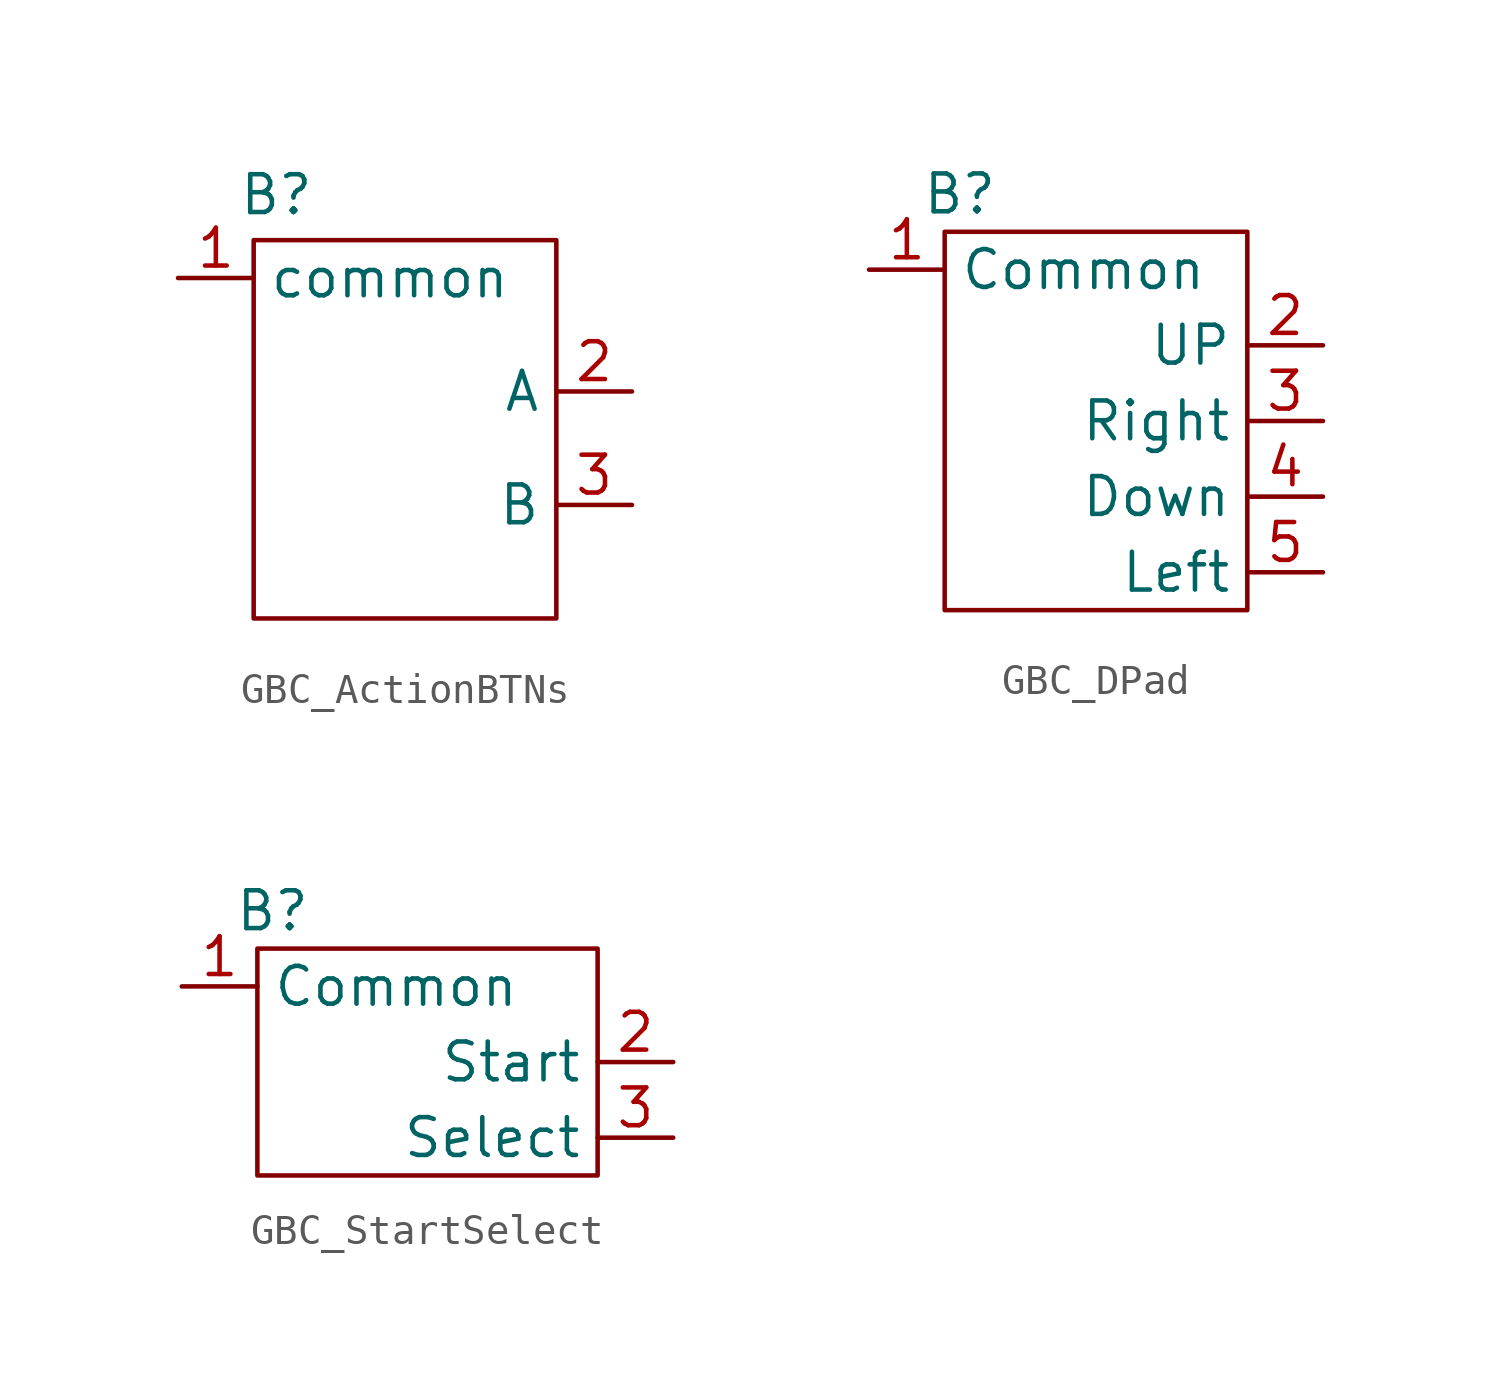
<source format=kicad_sym>
(kicad_symbol_lib
  (version 20240529)
  (generator "kicad_symbol_editor")
  (generator_version "8.99")
  (symbol "GBC_ActionBTNs"
    (property "Reference" "B"
      (at -3.048 7.874 0)
      (effects (font (size 1.27 1.27))))
    (property "Value" ""
      (at 0 0 0)
      (effects (font (size 1.27 1.27))))
    (symbol "GBC_ActionBTNs_0_1"
      (rectangle (start -3.81 6.35) (end 6.35 -6.35) (stroke (width 0) (type default)) (fill (type none))))
    (symbol "GBC_ActionBTNs_1_1"
      (pin passive line (at -6.35 5.08 0) (length 2.54) (name "common" (effects (font (size 1.27 1.27)))) (number "1" (effects (font (size 1.27 1.27)))))
      (pin passive line (at 8.89 1.27 180) (length 2.54) (name "A" (effects (font (size 1.27 1.27)))) (number "2" (effects (font (size 1.27 1.27)))))
      (pin passive line (at 8.89 -2.54 180) (length 2.54) (name "B" (effects (font (size 1.27 1.27)))) (number "3" (effects (font (size 1.27 1.27)))))))
  (symbol "GBC_DPad"
    (property "Reference" "B"
      (at -3.302 7.62 0)
      (effects (font (size 1.27 1.27))))
    (property "Value" ""
      (at 0 0 0)
      (effects (font (size 1.27 1.27))))
    (symbol "GBC_DPad_0_1"
      (rectangle (start -3.81 6.35) (end 6.35 -6.35) (stroke (width 0) (type default)) (fill (type none))))
    (symbol "GBC_DPad_1_1"
      (pin passive line (at -6.35 5.08 0) (length 2.54) (name "Common" (effects (font (size 1.27 1.27)))) (number "1" (effects (font (size 1.27 1.27)))))
      (pin passive line (at 8.89 2.54 180) (length 2.54) (name "UP" (effects (font (size 1.27 1.27)))) (number "2" (effects (font (size 1.27 1.27)))))
      (pin passive line (at 8.89 0 180) (length 2.54) (name "Right" (effects (font (size 1.27 1.27)))) (number "3" (effects (font (size 1.27 1.27)))))
      (pin passive line (at 8.89 -2.54 180) (length 2.54) (name "Down" (effects (font (size 1.27 1.27)))) (number "4" (effects (font (size 1.27 1.27)))))
      (pin passive line (at 8.89 -5.08 180) (length 2.54) (name "Left" (effects (font (size 1.27 1.27)))) (number "5" (effects (font (size 1.27 1.27)))))))
  (symbol "GBC_StartSelect"
    (property "Reference" "B"
      (at -3.302 5.08 0)
      (effects (font (size 1.27 1.27))))
    (property "Value" ""
      (at 0 0 0)
      (effects (font (size 1.27 1.27))))
    (symbol "GBC_StartSelect_0_1"
      (rectangle (start -3.81 3.81) (end 7.62 -3.81) (stroke (width 0) (type default)) (fill (type none))))
    (symbol "GBC_StartSelect_1_1"
      (pin passive line (at -6.35 2.54 0) (length 2.54) (name "Common" (effects (font (size 1.27 1.27)))) (number "1" (effects (font (size 1.27 1.27)))))
      (pin passive line (at 10.16 0 180) (length 2.54) (name "Start" (effects (font (size 1.27 1.27)))) (number "2" (effects (font (size 1.27 1.27)))))
      (pin passive line (at 10.16 -2.54 180) (length 2.54) (name "Select" (effects (font (size 1.27 1.27)))) (number "3" (effects (font (size 1.27 1.27))))))))
</source>
